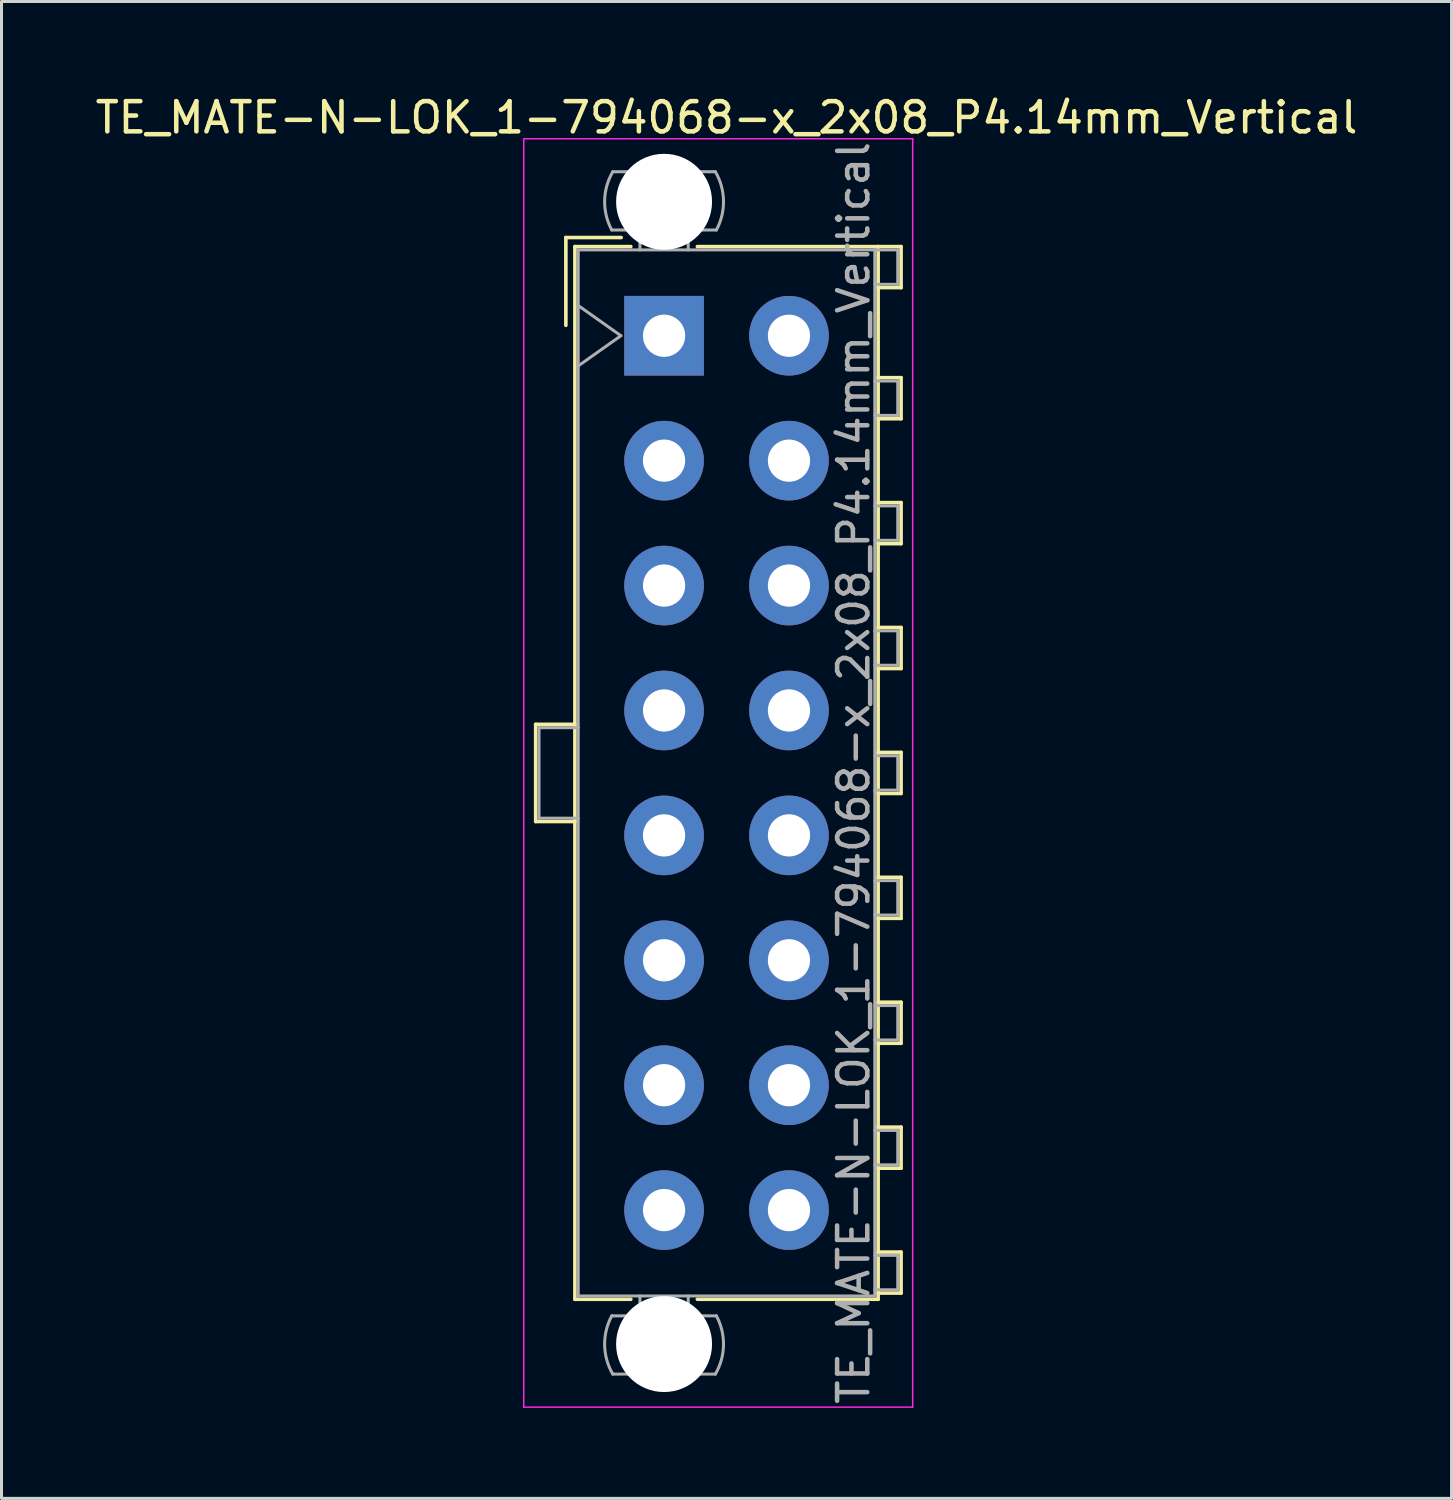
<source format=kicad_pcb>
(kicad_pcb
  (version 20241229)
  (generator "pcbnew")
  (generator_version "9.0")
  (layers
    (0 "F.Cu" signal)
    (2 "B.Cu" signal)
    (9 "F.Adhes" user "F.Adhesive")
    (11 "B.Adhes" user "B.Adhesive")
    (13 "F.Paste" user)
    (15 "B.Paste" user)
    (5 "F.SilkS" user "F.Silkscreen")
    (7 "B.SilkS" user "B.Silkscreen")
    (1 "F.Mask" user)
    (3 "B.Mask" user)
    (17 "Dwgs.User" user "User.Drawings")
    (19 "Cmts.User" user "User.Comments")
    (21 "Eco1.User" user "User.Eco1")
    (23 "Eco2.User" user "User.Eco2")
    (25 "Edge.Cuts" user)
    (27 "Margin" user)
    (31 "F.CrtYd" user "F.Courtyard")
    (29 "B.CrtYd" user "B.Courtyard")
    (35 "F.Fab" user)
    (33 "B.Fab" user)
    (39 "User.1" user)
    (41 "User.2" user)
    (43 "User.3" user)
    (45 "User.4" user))
  (footprint "TE_MATE-N-LOK_1-794068-x_2x08_P4.14mm_Vertical"
    (layer "F.Cu")
    (at 18.96 8.078)
    (property "Reference" "TE_MATE-N-LOK_1-794068-x_2x08_P4.14mm_Vertical" (at 2.07 -7.23 0) (layer "F.SilkS") (effects (font (size 1 1) (thickness 0.15))))
    (attr through_hole)
    (fp_line (start -4.255 12.88) (end -4.255 16.1) (stroke (width 0.12) (type solid)) (layer "F.SilkS"))
    (fp_line (start -4.255 16.1) (end -2.955 16.1) (stroke (width 0.12) (type solid)) (layer "F.SilkS"))
    (fp_line (start -3.255 -3.255) (end -3.255 -0.345) (stroke (width 0.12) (type solid)) (layer "F.SilkS"))
    (fp_line (start -2.955 -2.955) (end -2.955 31.935) (stroke (width 0.12) (type solid)) (layer "F.SilkS"))
    (fp_line (start -2.955 12.88) (end -4.255 12.88) (stroke (width 0.12) (type solid)) (layer "F.SilkS"))
    (fp_line (start -2.955 31.935) (end -1.103 31.935) (stroke (width 0.12) (type solid)) (layer "F.SilkS"))
    (fp_line (start -1.421 -3.255) (end -3.255 -3.255) (stroke (width 0.12) (type solid)) (layer "F.SilkS"))
    (fp_line (start -1.103 -2.955) (end -2.955 -2.955) (stroke (width 0.12) (type solid)) (layer "F.SilkS"))
    (fp_line (start 1.103 -2.955) (end 7.095 -2.955) (stroke (width 0.12) (type solid)) (layer "F.SilkS"))
    (fp_line (start 7.095 -2.955) (end 7.095 31.935) (stroke (width 0.12) (type solid)) (layer "F.SilkS"))
    (fp_line (start 7.095 -2.955) (end 7.855 -2.955) (stroke (width 0.12) (type solid)) (layer "F.SilkS"))
    (fp_line (start 7.095 1.39) (end 7.855 1.39) (stroke (width 0.12) (type solid)) (layer "F.SilkS"))
    (fp_line (start 7.095 5.53) (end 7.855 5.53) (stroke (width 0.12) (type solid)) (layer "F.SilkS"))
    (fp_line (start 7.095 9.67) (end 7.855 9.67) (stroke (width 0.12) (type solid)) (layer "F.SilkS"))
    (fp_line (start 7.095 13.81) (end 7.855 13.81) (stroke (width 0.12) (type solid)) (layer "F.SilkS"))
    (fp_line (start 7.095 17.95) (end 7.855 17.95) (stroke (width 0.12) (type solid)) (layer "F.SilkS"))
    (fp_line (start 7.095 22.09) (end 7.855 22.09) (stroke (width 0.12) (type solid)) (layer "F.SilkS"))
    (fp_line (start 7.095 26.23) (end 7.855 26.23) (stroke (width 0.12) (type solid)) (layer "F.SilkS"))
    (fp_line (start 7.095 30.37) (end 7.855 30.37) (stroke (width 0.12) (type solid)) (layer "F.SilkS"))
    (fp_line (start 7.095 31.935) (end 1.103 31.935) (stroke (width 0.12) (type solid)) (layer "F.SilkS"))
    (fp_line (start 7.855 -2.955) (end 7.855 -1.595) (stroke (width 0.12) (type solid)) (layer "F.SilkS"))
    (fp_line (start 7.855 -1.595) (end 7.095 -1.595) (stroke (width 0.12) (type solid)) (layer "F.SilkS"))
    (fp_line (start 7.855 1.39) (end 7.855 2.75) (stroke (width 0.12) (type solid)) (layer "F.SilkS"))
    (fp_line (start 7.855 2.75) (end 7.095 2.75) (stroke (width 0.12) (type solid)) (layer "F.SilkS"))
    (fp_line (start 7.855 5.53) (end 7.855 6.89) (stroke (width 0.12) (type solid)) (layer "F.SilkS"))
    (fp_line (start 7.855 6.89) (end 7.095 6.89) (stroke (width 0.12) (type solid)) (layer "F.SilkS"))
    (fp_line (start 7.855 9.67) (end 7.855 11.03) (stroke (width 0.12) (type solid)) (layer "F.SilkS"))
    (fp_line (start 7.855 11.03) (end 7.095 11.03) (stroke (width 0.12) (type solid)) (layer "F.SilkS"))
    (fp_line (start 7.855 13.81) (end 7.855 15.17) (stroke (width 0.12) (type solid)) (layer "F.SilkS"))
    (fp_line (start 7.855 15.17) (end 7.095 15.17) (stroke (width 0.12) (type solid)) (layer "F.SilkS"))
    (fp_line (start 7.855 17.95) (end 7.855 19.31) (stroke (width 0.12) (type solid)) (layer "F.SilkS"))
    (fp_line (start 7.855 19.31) (end 7.095 19.31) (stroke (width 0.12) (type solid)) (layer "F.SilkS"))
    (fp_line (start 7.855 22.09) (end 7.855 23.45) (stroke (width 0.12) (type solid)) (layer "F.SilkS"))
    (fp_line (start 7.855 23.45) (end 7.095 23.45) (stroke (width 0.12) (type solid)) (layer "F.SilkS"))
    (fp_line (start 7.855 26.23) (end 7.855 27.59) (stroke (width 0.12) (type solid)) (layer "F.SilkS"))
    (fp_line (start 7.855 27.59) (end 7.095 27.59) (stroke (width 0.12) (type solid)) (layer "F.SilkS"))
    (fp_line (start 7.855 30.37) (end 7.855 31.73) (stroke (width 0.12) (type solid)) (layer "F.SilkS"))
    (fp_line (start 7.855 31.73) (end 7.095 31.73) (stroke (width 0.12) (type solid)) (layer "F.SilkS"))
    (fp_line (start -4.65 -6.53) (end -4.65 35.51) (stroke (width 0.05) (type solid)) (layer "F.CrtYd"))
    (fp_line (start -4.65 35.51) (end 8.24 35.51) (stroke (width 0.05) (type solid)) (layer "F.CrtYd"))
    (fp_line (start 8.24 -6.53) (end -4.65 -6.53) (stroke (width 0.05) (type solid)) (layer "F.CrtYd"))
    (fp_line (start 8.24 35.51) (end 8.24 -6.53) (stroke (width 0.05) (type solid)) (layer "F.CrtYd"))
    (fp_line (start -4.145 12.99) (end -4.145 15.99) (stroke (width 0.1) (type solid)) (layer "F.Fab"))
    (fp_line (start -4.145 15.99) (end -2.845 15.99) (stroke (width 0.1) (type solid)) (layer "F.Fab"))
    (fp_line (start -2.845 -2.845) (end -2.845 31.825) (stroke (width 0.1) (type solid)) (layer "F.Fab"))
    (fp_line (start -2.845 -1) (end -1.431 0) (stroke (width 0.1) (type solid)) (layer "F.Fab"))
    (fp_line (start -2.845 12.99) (end -4.145 12.99) (stroke (width 0.1) (type solid)) (layer "F.Fab"))
    (fp_line (start -2.845 31.825) (end 6.985 31.825) (stroke (width 0.1) (type solid)) (layer "F.Fab"))
    (fp_line (start -1.431 0) (end -2.845 1) (stroke (width 0.1) (type solid)) (layer "F.Fab"))
    (fp_line (start -0.8 -2.845) (end -0.8 -3.505) (stroke (width 0.1) (type solid)) (layer "F.Fab"))
    (fp_line (start -0.8 31.825) (end -0.8 32.485) (stroke (width 0.1) (type solid)) (layer "F.Fab"))
    (fp_line (start 0.8 -2.845) (end 0.8 -3.505) (stroke (width 0.1) (type solid)) (layer "F.Fab"))
    (fp_line (start 0.8 31.825) (end 0.8 32.485) (stroke (width 0.1) (type solid)) (layer "F.Fab"))
    (fp_line (start 1.7 -5.436) (end -1.7 -5.436) (stroke (width 0.1) (type solid)) (layer "F.Fab"))
    (fp_line (start 1.7 34.416) (end -1.7 34.416) (stroke (width 0.1) (type solid)) (layer "F.Fab"))
    (fp_line (start 1.734 -3.505) (end -1.734 -3.505) (stroke (width 0.1) (type solid)) (layer "F.Fab"))
    (fp_line (start 1.734 32.485) (end -1.734 32.485) (stroke (width 0.1) (type solid)) (layer "F.Fab"))
    (fp_line (start 6.985 -2.845) (end -2.845 -2.845) (stroke (width 0.1) (type solid)) (layer "F.Fab"))
    (fp_line (start 6.985 -2.845) (end 7.745 -2.845) (stroke (width 0.1) (type solid)) (layer "F.Fab"))
    (fp_line (start 6.985 1.5) (end 7.745 1.5) (stroke (width 0.1) (type solid)) (layer "F.Fab"))
    (fp_line (start 6.985 5.64) (end 7.745 5.64) (stroke (width 0.1) (type solid)) (layer "F.Fab"))
    (fp_line (start 6.985 9.78) (end 7.745 9.78) (stroke (width 0.1) (type solid)) (layer "F.Fab"))
    (fp_line (start 6.985 13.92) (end 7.745 13.92) (stroke (width 0.1) (type solid)) (layer "F.Fab"))
    (fp_line (start 6.985 18.06) (end 7.745 18.06) (stroke (width 0.1) (type solid)) (layer "F.Fab"))
    (fp_line (start 6.985 22.2) (end 7.745 22.2) (stroke (width 0.1) (type solid)) (layer "F.Fab"))
    (fp_line (start 6.985 26.34) (end 7.745 26.34) (stroke (width 0.1) (type solid)) (layer "F.Fab"))
    (fp_line (start 6.985 30.48) (end 7.745 30.48) (stroke (width 0.1) (type solid)) (layer "F.Fab"))
    (fp_line (start 6.985 31.825) (end 6.985 -2.845) (stroke (width 0.1) (type solid)) (layer "F.Fab"))
    (fp_line (start 7.745 -2.845) (end 7.745 -1.705) (stroke (width 0.1) (type solid)) (layer "F.Fab"))
    (fp_line (start 7.745 -1.705) (end 6.985 -1.705) (stroke (width 0.1) (type solid)) (layer "F.Fab"))
    (fp_line (start 7.745 1.5) (end 7.745 2.64) (stroke (width 0.1) (type solid)) (layer "F.Fab"))
    (fp_line (start 7.745 2.64) (end 6.985 2.64) (stroke (width 0.1) (type solid)) (layer "F.Fab"))
    (fp_line (start 7.745 5.64) (end 7.745 6.78) (stroke (width 0.1) (type solid)) (layer "F.Fab"))
    (fp_line (start 7.745 6.78) (end 6.985 6.78) (stroke (width 0.1) (type solid)) (layer "F.Fab"))
    (fp_line (start 7.745 9.78) (end 7.745 10.92) (stroke (width 0.1) (type solid)) (layer "F.Fab"))
    (fp_line (start 7.745 10.92) (end 6.985 10.92) (stroke (width 0.1) (type solid)) (layer "F.Fab"))
    (fp_line (start 7.745 13.92) (end 7.745 15.06) (stroke (width 0.1) (type solid)) (layer "F.Fab"))
    (fp_line (start 7.745 15.06) (end 6.985 15.06) (stroke (width 0.1) (type solid)) (layer "F.Fab"))
    (fp_line (start 7.745 18.06) (end 7.745 19.2) (stroke (width 0.1) (type solid)) (layer "F.Fab"))
    (fp_line (start 7.745 19.2) (end 6.985 19.2) (stroke (width 0.1) (type solid)) (layer "F.Fab"))
    (fp_line (start 7.745 22.2) (end 7.745 23.34) (stroke (width 0.1) (type solid)) (layer "F.Fab"))
    (fp_line (start 7.745 23.34) (end 6.985 23.34) (stroke (width 0.1) (type solid)) (layer "F.Fab"))
    (fp_line (start 7.745 26.34) (end 7.745 27.48) (stroke (width 0.1) (type solid)) (layer "F.Fab"))
    (fp_line (start 7.745 27.48) (end 6.985 27.48) (stroke (width 0.1) (type solid)) (layer "F.Fab"))
    (fp_line (start 7.745 30.48) (end 7.745 31.62) (stroke (width 0.1) (type solid)) (layer "F.Fab"))
    (fp_line (start 7.745 31.62) (end 6.985 31.62) (stroke (width 0.1) (type solid)) (layer "F.Fab"))
    (fp_arc (start -1.733977 -3.505) (mid -1.96969 -4.474992) (end -1.699672 -5.436) (stroke (width 0.1) (type solid)) (layer "F.Fab"))
    (fp_arc (start -1.699672 34.416) (mid -1.969689 33.454992) (end -1.733977 32.485) (stroke (width 0.1) (type solid)) (layer "F.Fab"))
    (fp_arc (start 1.699672 -5.436) (mid 1.969689 -4.474992) (end 1.733977 -3.505) (stroke (width 0.1) (type solid)) (layer "F.Fab"))
    (fp_arc (start 1.733977 32.485) (mid 1.96969 33.454992) (end 1.699672 34.416) (stroke (width 0.1) (type solid)) (layer "F.Fab"))
    (fp_text user "${REFERENCE}" (at 6.28 14.49 90) (layer "F.Fab") (effects (font (size 1 1) (thickness 0.15))))
    (pad "" np_thru_hole circle (at 0 -4.44) (size 3.18 3.18) (drill 3.18) (layers "*.Cu" "*.Mask"))
    (pad "" np_thru_hole circle (at 0 33.42) (size 3.18 3.18) (drill 3.18) (layers "*.Cu" "*.Mask"))
    (pad "1" thru_hole rect (at 0 0) (size 2.64 2.64) (drill 1.4) (layers "*.Cu" "*.Mask"))
    (pad "2" thru_hole circle (at 0 4.14) (size 2.64 2.64) (drill 1.4) (layers "*.Cu" "*.Mask"))
    (pad "3" thru_hole circle (at 0 8.28) (size 2.64 2.64) (drill 1.4) (layers "*.Cu" "*.Mask"))
    (pad "4" thru_hole circle (at 0 12.42) (size 2.64 2.64) (drill 1.4) (layers "*.Cu" "*.Mask"))
    (pad "5" thru_hole circle (at 0 16.56) (size 2.64 2.64) (drill 1.4) (layers "*.Cu" "*.Mask"))
    (pad "6" thru_hole circle (at 0 20.7) (size 2.64 2.64) (drill 1.4) (layers "*.Cu" "*.Mask"))
    (pad "7" thru_hole circle (at 0 24.84) (size 2.64 2.64) (drill 1.4) (layers "*.Cu" "*.Mask"))
    (pad "8" thru_hole circle (at 0 28.98) (size 2.64 2.64) (drill 1.4) (layers "*.Cu" "*.Mask"))
    (pad "9" thru_hole circle (at 4.14 0) (size 2.64 2.64) (drill 1.4) (layers "*.Cu" "*.Mask"))
    (pad "10" thru_hole circle (at 4.14 4.14) (size 2.64 2.64) (drill 1.4) (layers "*.Cu" "*.Mask"))
    (pad "11" thru_hole circle (at 4.14 8.28) (size 2.64 2.64) (drill 1.4) (layers "*.Cu" "*.Mask"))
    (pad "12" thru_hole circle (at 4.14 12.42) (size 2.64 2.64) (drill 1.4) (layers "*.Cu" "*.Mask"))
    (pad "13" thru_hole circle (at 4.14 16.56) (size 2.64 2.64) (drill 1.4) (layers "*.Cu" "*.Mask"))
    (pad "14" thru_hole circle (at 4.14 20.7) (size 2.64 2.64) (drill 1.4) (layers "*.Cu" "*.Mask"))
    (pad "15" thru_hole circle (at 4.14 24.84) (size 2.64 2.64) (drill 1.4) (layers "*.Cu" "*.Mask"))
    (pad "16" thru_hole circle (at 4.14 28.98) (size 2.64 2.64) (drill 1.4) (layers "*.Cu" "*.Mask")))
  (gr_rect
    (start -3 -3)
    (end 45.06 46.613)
    (stroke (width 0.1) (type default))
    (fill no)
    (layer "Edge.Cuts")))
</source>
